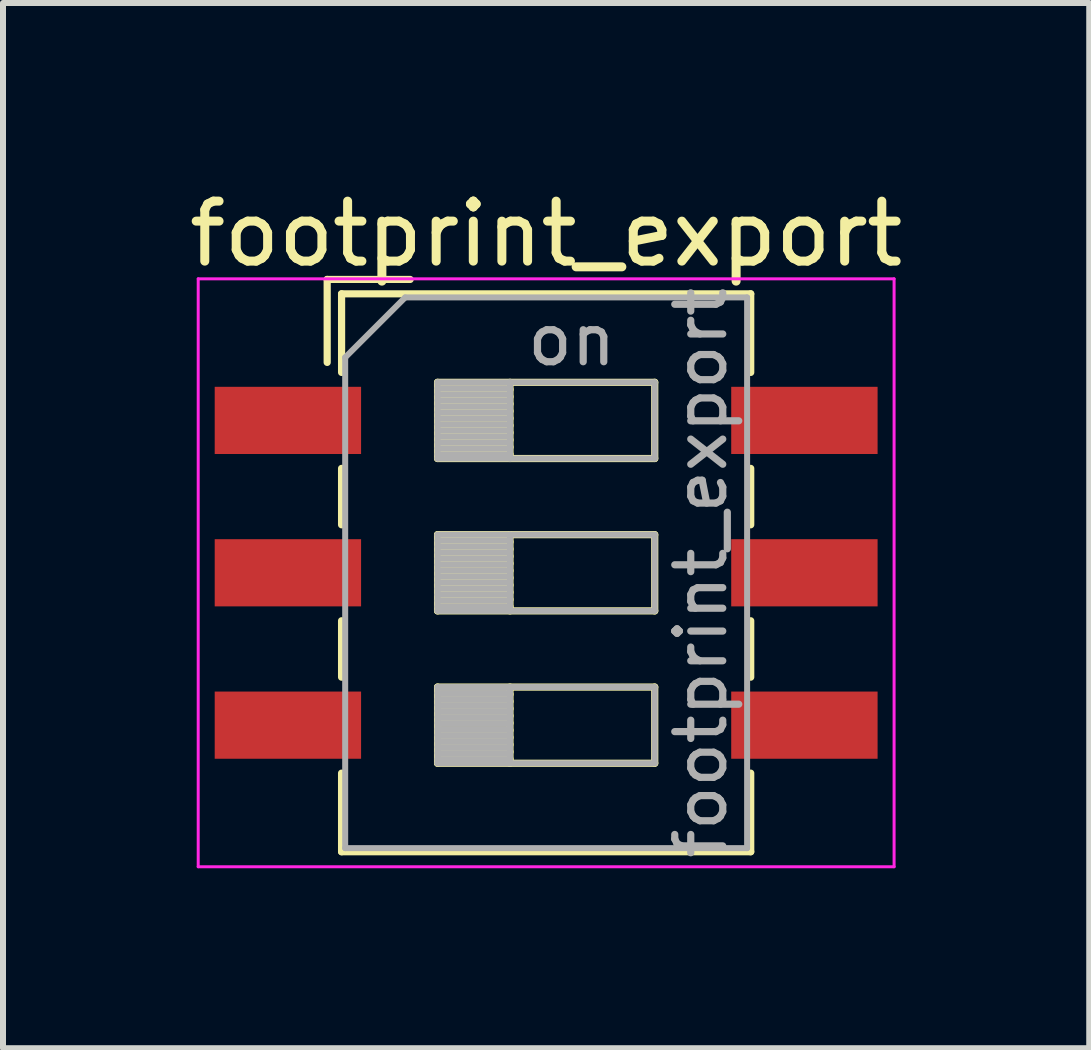
<source format=kicad_pcb>
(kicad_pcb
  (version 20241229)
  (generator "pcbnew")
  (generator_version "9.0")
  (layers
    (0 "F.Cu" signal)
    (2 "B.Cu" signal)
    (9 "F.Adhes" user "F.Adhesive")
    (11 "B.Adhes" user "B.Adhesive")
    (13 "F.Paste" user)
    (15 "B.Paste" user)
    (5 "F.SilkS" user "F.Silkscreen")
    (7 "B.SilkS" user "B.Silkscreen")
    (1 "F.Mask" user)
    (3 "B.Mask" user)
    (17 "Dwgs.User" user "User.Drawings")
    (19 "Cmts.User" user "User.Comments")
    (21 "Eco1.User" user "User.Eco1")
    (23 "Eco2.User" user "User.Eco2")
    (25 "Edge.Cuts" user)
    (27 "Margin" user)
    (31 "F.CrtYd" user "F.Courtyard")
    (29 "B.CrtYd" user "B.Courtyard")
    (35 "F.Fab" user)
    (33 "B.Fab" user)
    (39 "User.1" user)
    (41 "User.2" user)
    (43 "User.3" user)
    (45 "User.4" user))
  (footprint "footprint_export"
    (layer "F.Cu")
    (at 6.054 6.498)
    (property "Reference" "footprint_export" (at 0 -5.65 0) (layer "F.SilkS") (effects (font (size 1 1) (thickness 0.15))))
    (attr smd)
    (fp_line (start -3.65 -4.89) (end -3.65 -3.507) (stroke (width 0.12) (type solid)) (layer "F.SilkS"))
    (fp_line (start -3.65 -4.89) (end -2.267 -4.89) (stroke (width 0.12) (type solid)) (layer "F.SilkS"))
    (fp_line (start -3.41 -4.65) (end -3.41 -3.34) (stroke (width 0.12) (type solid)) (layer "F.SilkS"))
    (fp_line (start -3.41 -4.65) (end 3.41 -4.65) (stroke (width 0.12) (type solid)) (layer "F.SilkS"))
    (fp_line (start -3.41 -1.74) (end -3.41 -0.8) (stroke (width 0.12) (type solid)) (layer "F.SilkS"))
    (fp_line (start -3.41 0.8) (end -3.41 1.74) (stroke (width 0.12) (type solid)) (layer "F.SilkS"))
    (fp_line (start -3.41 3.34) (end -3.41 4.65) (stroke (width 0.12) (type solid)) (layer "F.SilkS"))
    (fp_line (start -3.41 4.65) (end 3.41 4.65) (stroke (width 0.12) (type solid)) (layer "F.SilkS"))
    (fp_line (start -1.81 -3.175) (end -1.81 -1.905) (stroke (width 0.12) (type solid)) (layer "F.SilkS"))
    (fp_line (start -1.81 -3.055) (end -0.603 -3.055) (stroke (width 0.12) (type solid)) (layer "F.SilkS"))
    (fp_line (start -1.81 -2.935) (end -0.603 -2.935) (stroke (width 0.12) (type solid)) (layer "F.SilkS"))
    (fp_line (start -1.81 -2.815) (end -0.603 -2.815) (stroke (width 0.12) (type solid)) (layer "F.SilkS"))
    (fp_line (start -1.81 -2.695) (end -0.603 -2.695) (stroke (width 0.12) (type solid)) (layer "F.SilkS"))
    (fp_line (start -1.81 -2.575) (end -0.603 -2.575) (stroke (width 0.12) (type solid)) (layer "F.SilkS"))
    (fp_line (start -1.81 -2.455) (end -0.603 -2.455) (stroke (width 0.12) (type solid)) (layer "F.SilkS"))
    (fp_line (start -1.81 -2.335) (end -0.603 -2.335) (stroke (width 0.12) (type solid)) (layer "F.SilkS"))
    (fp_line (start -1.81 -2.215) (end -0.603 -2.215) (stroke (width 0.12) (type solid)) (layer "F.SilkS"))
    (fp_line (start -1.81 -2.095) (end -0.603 -2.095) (stroke (width 0.12) (type solid)) (layer "F.SilkS"))
    (fp_line (start -1.81 -1.975) (end -0.603 -1.975) (stroke (width 0.12) (type solid)) (layer "F.SilkS"))
    (fp_line (start -1.81 -1.905) (end 1.81 -1.905) (stroke (width 0.12) (type solid)) (layer "F.SilkS"))
    (fp_line (start -1.81 -0.635) (end -1.81 0.635) (stroke (width 0.12) (type solid)) (layer "F.SilkS"))
    (fp_line (start -1.81 -0.515) (end -0.603 -0.515) (stroke (width 0.12) (type solid)) (layer "F.SilkS"))
    (fp_line (start -1.81 -0.395) (end -0.603 -0.395) (stroke (width 0.12) (type solid)) (layer "F.SilkS"))
    (fp_line (start -1.81 -0.275) (end -0.603 -0.275) (stroke (width 0.12) (type solid)) (layer "F.SilkS"))
    (fp_line (start -1.81 -0.155) (end -0.603 -0.155) (stroke (width 0.12) (type solid)) (layer "F.SilkS"))
    (fp_line (start -1.81 -0.035) (end -0.603 -0.035) (stroke (width 0.12) (type solid)) (layer "F.SilkS"))
    (fp_line (start -1.81 0.085) (end -0.603 0.085) (stroke (width 0.12) (type solid)) (layer "F.SilkS"))
    (fp_line (start -1.81 0.205) (end -0.603 0.205) (stroke (width 0.12) (type solid)) (layer "F.SilkS"))
    (fp_line (start -1.81 0.325) (end -0.603 0.325) (stroke (width 0.12) (type solid)) (layer "F.SilkS"))
    (fp_line (start -1.81 0.445) (end -0.603 0.445) (stroke (width 0.12) (type solid)) (layer "F.SilkS"))
    (fp_line (start -1.81 0.565) (end -0.603 0.565) (stroke (width 0.12) (type solid)) (layer "F.SilkS"))
    (fp_line (start -1.81 0.635) (end 1.81 0.635) (stroke (width 0.12) (type solid)) (layer "F.SilkS"))
    (fp_line (start -1.81 1.905) (end -1.81 3.175) (stroke (width 0.12) (type solid)) (layer "F.SilkS"))
    (fp_line (start -1.81 2.025) (end -0.603 2.025) (stroke (width 0.12) (type solid)) (layer "F.SilkS"))
    (fp_line (start -1.81 2.145) (end -0.603 2.145) (stroke (width 0.12) (type solid)) (layer "F.SilkS"))
    (fp_line (start -1.81 2.265) (end -0.603 2.265) (stroke (width 0.12) (type solid)) (layer "F.SilkS"))
    (fp_line (start -1.81 2.385) (end -0.603 2.385) (stroke (width 0.12) (type solid)) (layer "F.SilkS"))
    (fp_line (start -1.81 2.505) (end -0.603 2.505) (stroke (width 0.12) (type solid)) (layer "F.SilkS"))
    (fp_line (start -1.81 2.625) (end -0.603 2.625) (stroke (width 0.12) (type solid)) (layer "F.SilkS"))
    (fp_line (start -1.81 2.745) (end -0.603 2.745) (stroke (width 0.12) (type solid)) (layer "F.SilkS"))
    (fp_line (start -1.81 2.865) (end -0.603 2.865) (stroke (width 0.12) (type solid)) (layer "F.SilkS"))
    (fp_line (start -1.81 2.985) (end -0.603 2.985) (stroke (width 0.12) (type solid)) (layer "F.SilkS"))
    (fp_line (start -1.81 3.105) (end -0.603 3.105) (stroke (width 0.12) (type solid)) (layer "F.SilkS"))
    (fp_line (start -1.81 3.175) (end 1.81 3.175) (stroke (width 0.12) (type solid)) (layer "F.SilkS"))
    (fp_line (start -0.603 -3.175) (end -0.603 -1.905) (stroke (width 0.12) (type solid)) (layer "F.SilkS"))
    (fp_line (start -0.603 -0.635) (end -0.603 0.635) (stroke (width 0.12) (type solid)) (layer "F.SilkS"))
    (fp_line (start -0.603 1.905) (end -0.603 3.175) (stroke (width 0.12) (type solid)) (layer "F.SilkS"))
    (fp_line (start 1.81 -3.175) (end -1.81 -3.175) (stroke (width 0.12) (type solid)) (layer "F.SilkS"))
    (fp_line (start 1.81 -1.905) (end 1.81 -3.175) (stroke (width 0.12) (type solid)) (layer "F.SilkS"))
    (fp_line (start 1.81 -0.635) (end -1.81 -0.635) (stroke (width 0.12) (type solid)) (layer "F.SilkS"))
    (fp_line (start 1.81 0.635) (end 1.81 -0.635) (stroke (width 0.12) (type solid)) (layer "F.SilkS"))
    (fp_line (start 1.81 1.905) (end -1.81 1.905) (stroke (width 0.12) (type solid)) (layer "F.SilkS"))
    (fp_line (start 1.81 3.175) (end 1.81 1.905) (stroke (width 0.12) (type solid)) (layer "F.SilkS"))
    (fp_line (start 3.41 -4.65) (end 3.41 -3.34) (stroke (width 0.12) (type solid)) (layer "F.SilkS"))
    (fp_line (start 3.41 -1.74) (end 3.41 -0.8) (stroke (width 0.12) (type solid)) (layer "F.SilkS"))
    (fp_line (start 3.41 0.8) (end 3.41 1.74) (stroke (width 0.12) (type solid)) (layer "F.SilkS"))
    (fp_line (start 3.41 3.34) (end 3.41 4.65) (stroke (width 0.12) (type solid)) (layer "F.SilkS"))
    (fp_line (start -5.8 -4.9) (end -5.8 4.9) (stroke (width 0.05) (type solid)) (layer "F.CrtYd"))
    (fp_line (start -5.8 4.9) (end 5.8 4.9) (stroke (width 0.05) (type solid)) (layer "F.CrtYd"))
    (fp_line (start 5.8 -4.9) (end -5.8 -4.9) (stroke (width 0.05) (type solid)) (layer "F.CrtYd"))
    (fp_line (start 5.8 4.9) (end 5.8 -4.9) (stroke (width 0.05) (type solid)) (layer "F.CrtYd"))
    (fp_line (start -3.35 -3.59) (end -2.35 -4.59) (stroke (width 0.1) (type solid)) (layer "F.Fab"))
    (fp_line (start -3.35 4.59) (end -3.35 -3.59) (stroke (width 0.1) (type solid)) (layer "F.Fab"))
    (fp_line (start -2.35 -4.59) (end 3.35 -4.59) (stroke (width 0.1) (type solid)) (layer "F.Fab"))
    (fp_line (start -1.81 -3.175) (end -1.81 -1.905) (stroke (width 0.1) (type solid)) (layer "F.Fab"))
    (fp_line (start -1.81 -3.075) (end -0.603 -3.075) (stroke (width 0.1) (type solid)) (layer "F.Fab"))
    (fp_line (start -1.81 -2.975) (end -0.603 -2.975) (stroke (width 0.1) (type solid)) (layer "F.Fab"))
    (fp_line (start -1.81 -2.875) (end -0.603 -2.875) (stroke (width 0.1) (type solid)) (layer "F.Fab"))
    (fp_line (start -1.81 -2.775) (end -0.603 -2.775) (stroke (width 0.1) (type solid)) (layer "F.Fab"))
    (fp_line (start -1.81 -2.675) (end -0.603 -2.675) (stroke (width 0.1) (type solid)) (layer "F.Fab"))
    (fp_line (start -1.81 -2.575) (end -0.603 -2.575) (stroke (width 0.1) (type solid)) (layer "F.Fab"))
    (fp_line (start -1.81 -2.475) (end -0.603 -2.475) (stroke (width 0.1) (type solid)) (layer "F.Fab"))
    (fp_line (start -1.81 -2.375) (end -0.603 -2.375) (stroke (width 0.1) (type solid)) (layer "F.Fab"))
    (fp_line (start -1.81 -2.275) (end -0.603 -2.275) (stroke (width 0.1) (type solid)) (layer "F.Fab"))
    (fp_line (start -1.81 -2.175) (end -0.603 -2.175) (stroke (width 0.1) (type solid)) (layer "F.Fab"))
    (fp_line (start -1.81 -2.075) (end -0.603 -2.075) (stroke (width 0.1) (type solid)) (layer "F.Fab"))
    (fp_line (start -1.81 -1.975) (end -0.603 -1.975) (stroke (width 0.1) (type solid)) (layer "F.Fab"))
    (fp_line (start -1.81 -1.905) (end 1.81 -1.905) (stroke (width 0.1) (type solid)) (layer "F.Fab"))
    (fp_line (start -1.81 -0.635) (end -1.81 0.635) (stroke (width 0.1) (type solid)) (layer "F.Fab"))
    (fp_line (start -1.81 -0.535) (end -0.603 -0.535) (stroke (width 0.1) (type solid)) (layer "F.Fab"))
    (fp_line (start -1.81 -0.435) (end -0.603 -0.435) (stroke (width 0.1) (type solid)) (layer "F.Fab"))
    (fp_line (start -1.81 -0.335) (end -0.603 -0.335) (stroke (width 0.1) (type solid)) (layer "F.Fab"))
    (fp_line (start -1.81 -0.235) (end -0.603 -0.235) (stroke (width 0.1) (type solid)) (layer "F.Fab"))
    (fp_line (start -1.81 -0.135) (end -0.603 -0.135) (stroke (width 0.1) (type solid)) (layer "F.Fab"))
    (fp_line (start -1.81 -0.035) (end -0.603 -0.035) (stroke (width 0.1) (type solid)) (layer "F.Fab"))
    (fp_line (start -1.81 0.065) (end -0.603 0.065) (stroke (width 0.1) (type solid)) (layer "F.Fab"))
    (fp_line (start -1.81 0.165) (end -0.603 0.165) (stroke (width 0.1) (type solid)) (layer "F.Fab"))
    (fp_line (start -1.81 0.265) (end -0.603 0.265) (stroke (width 0.1) (type solid)) (layer "F.Fab"))
    (fp_line (start -1.81 0.365) (end -0.603 0.365) (stroke (width 0.1) (type solid)) (layer "F.Fab"))
    (fp_line (start -1.81 0.465) (end -0.603 0.465) (stroke (width 0.1) (type solid)) (layer "F.Fab"))
    (fp_line (start -1.81 0.565) (end -0.603 0.565) (stroke (width 0.1) (type solid)) (layer "F.Fab"))
    (fp_line (start -1.81 0.635) (end 1.81 0.635) (stroke (width 0.1) (type solid)) (layer "F.Fab"))
    (fp_line (start -1.81 1.905) (end -1.81 3.175) (stroke (width 0.1) (type solid)) (layer "F.Fab"))
    (fp_line (start -1.81 2.005) (end -0.603 2.005) (stroke (width 0.1) (type solid)) (layer "F.Fab"))
    (fp_line (start -1.81 2.105) (end -0.603 2.105) (stroke (width 0.1) (type solid)) (layer "F.Fab"))
    (fp_line (start -1.81 2.205) (end -0.603 2.205) (stroke (width 0.1) (type solid)) (layer "F.Fab"))
    (fp_line (start -1.81 2.305) (end -0.603 2.305) (stroke (width 0.1) (type solid)) (layer "F.Fab"))
    (fp_line (start -1.81 2.405) (end -0.603 2.405) (stroke (width 0.1) (type solid)) (layer "F.Fab"))
    (fp_line (start -1.81 2.505) (end -0.603 2.505) (stroke (width 0.1) (type solid)) (layer "F.Fab"))
    (fp_line (start -1.81 2.605) (end -0.603 2.605) (stroke (width 0.1) (type solid)) (layer "F.Fab"))
    (fp_line (start -1.81 2.705) (end -0.603 2.705) (stroke (width 0.1) (type solid)) (layer "F.Fab"))
    (fp_line (start -1.81 2.805) (end -0.603 2.805) (stroke (width 0.1) (type solid)) (layer "F.Fab"))
    (fp_line (start -1.81 2.905) (end -0.603 2.905) (stroke (width 0.1) (type solid)) (layer "F.Fab"))
    (fp_line (start -1.81 3.005) (end -0.603 3.005) (stroke (width 0.1) (type solid)) (layer "F.Fab"))
    (fp_line (start -1.81 3.105) (end -0.603 3.105) (stroke (width 0.1) (type solid)) (layer "F.Fab"))
    (fp_line (start -1.81 3.175) (end 1.81 3.175) (stroke (width 0.1) (type solid)) (layer "F.Fab"))
    (fp_line (start -0.603 -3.175) (end -0.603 -1.905) (stroke (width 0.1) (type solid)) (layer "F.Fab"))
    (fp_line (start -0.603 -0.635) (end -0.603 0.635) (stroke (width 0.1) (type solid)) (layer "F.Fab"))
    (fp_line (start -0.603 1.905) (end -0.603 3.175) (stroke (width 0.1) (type solid)) (layer "F.Fab"))
    (fp_line (start 1.81 -3.175) (end -1.81 -3.175) (stroke (width 0.1) (type solid)) (layer "F.Fab"))
    (fp_line (start 1.81 -1.905) (end 1.81 -3.175) (stroke (width 0.1) (type solid)) (layer "F.Fab"))
    (fp_line (start 1.81 -0.635) (end -1.81 -0.635) (stroke (width 0.1) (type solid)) (layer "F.Fab"))
    (fp_line (start 1.81 0.635) (end 1.81 -0.635) (stroke (width 0.1) (type solid)) (layer "F.Fab"))
    (fp_line (start 1.81 1.905) (end -1.81 1.905) (stroke (width 0.1) (type solid)) (layer "F.Fab"))
    (fp_line (start 1.81 3.175) (end 1.81 1.905) (stroke (width 0.1) (type solid)) (layer "F.Fab"))
    (fp_line (start 3.35 -4.59) (end 3.35 4.59) (stroke (width 0.1) (type solid)) (layer "F.Fab"))
    (fp_line (start 3.35 4.59) (end -3.35 4.59) (stroke (width 0.1) (type solid)) (layer "F.Fab"))
    (fp_text user "on" (at 0.427 -3.882 0) (layer "F.Fab") (effects (font (size 0.8 0.8) (thickness 0.12))))
    (fp_text user "${REFERENCE}" (at 2.58 0 90) (layer "F.Fab") (effects (font (size 0.8 0.8) (thickness 0.12))))
    (pad "1" smd rect (at -4.305 -2.54) (size 2.44 1.12) (layers "F.Cu" "F.Mask" "F.Paste"))
    (pad "2" smd rect (at -4.305 0) (size 2.44 1.12) (layers "F.Cu" "F.Mask" "F.Paste"))
    (pad "3" smd rect (at -4.305 2.54) (size 2.44 1.12) (layers "F.Cu" "F.Mask" "F.Paste"))
    (pad "4" smd rect (at 4.305 2.54) (size 2.44 1.12) (layers "F.Cu" "F.Mask" "F.Paste"))
    (pad "5" smd rect (at 4.305 0) (size 2.44 1.12) (layers "F.Cu" "F.Mask" "F.Paste"))
    (pad "6" smd rect (at 4.305 -2.54) (size 2.44 1.12) (layers "F.Cu" "F.Mask" "F.Paste")))
  (gr_rect
    (start -3 -3)
    (end 15.107 14.423)
    (stroke (width 0.1) (type default))
    (fill no)
    (layer "Edge.Cuts")))
</source>
